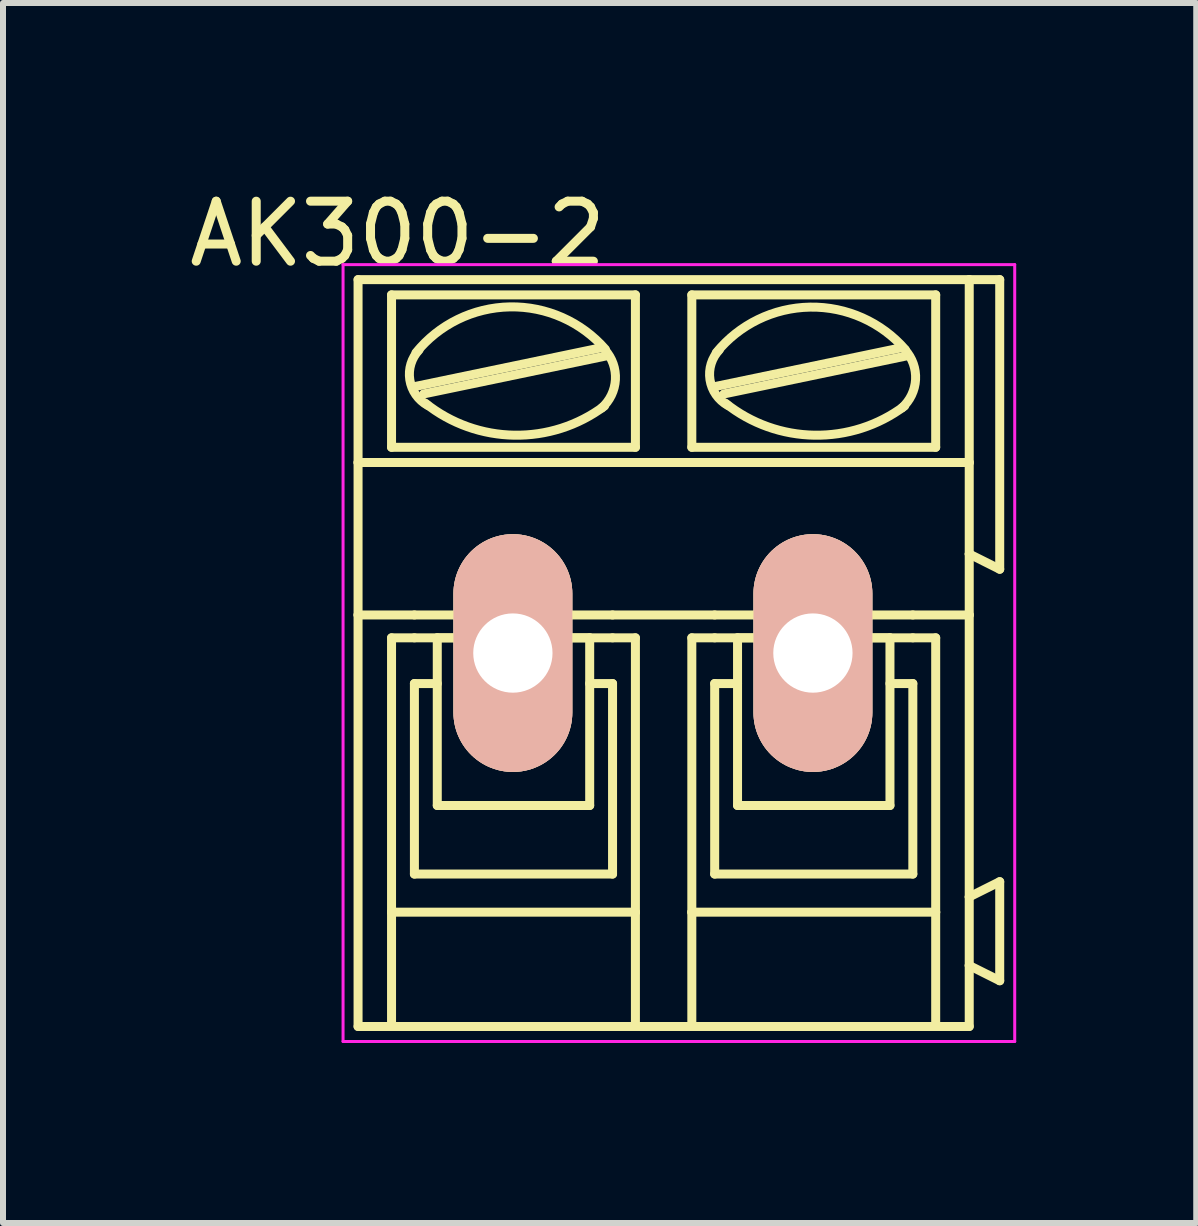
<source format=kicad_pcb>
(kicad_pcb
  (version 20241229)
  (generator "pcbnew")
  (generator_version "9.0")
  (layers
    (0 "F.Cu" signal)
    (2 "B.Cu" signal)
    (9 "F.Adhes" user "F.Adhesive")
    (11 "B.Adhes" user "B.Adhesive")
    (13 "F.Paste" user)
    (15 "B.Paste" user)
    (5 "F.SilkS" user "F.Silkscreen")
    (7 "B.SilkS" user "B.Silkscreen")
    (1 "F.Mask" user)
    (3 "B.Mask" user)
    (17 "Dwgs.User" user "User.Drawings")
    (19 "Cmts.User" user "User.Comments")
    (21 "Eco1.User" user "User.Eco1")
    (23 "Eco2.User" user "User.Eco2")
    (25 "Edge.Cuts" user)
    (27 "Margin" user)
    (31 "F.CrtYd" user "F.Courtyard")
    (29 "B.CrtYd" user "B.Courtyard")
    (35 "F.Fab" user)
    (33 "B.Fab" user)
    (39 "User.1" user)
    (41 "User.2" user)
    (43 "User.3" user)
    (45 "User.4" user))
  (footprint "AK300-2"
    (layer "F.Cu")
    (at 5.497 7.833)
    (property "Reference" "AK300-2" (at -1.92 -6.985 0) (layer "F.SilkS") (effects (font (size 1 1) (thickness 0.15))))
    (attr exclude_from_pos_files exclude_from_bom)
    (fp_line (start -2.58 -3.175) (end -2.58 -6.223) (stroke (width 0.15) (type solid)) (layer "F.SilkS"))
    (fp_line (start -2.58 -3.175) (end 7.605 -3.175) (stroke (width 0.15) (type solid)) (layer "F.SilkS"))
    (fp_line (start -2.58 -0.635) (end -2.58 -3.175) (stroke (width 0.15) (type solid)) (layer "F.SilkS"))
    (fp_line (start -2.58 -0.635) (end -1.641 -0.635) (stroke (width 0.15) (type solid)) (layer "F.SilkS"))
    (fp_line (start -2.58 6.223) (end -2.58 -0.635) (stroke (width 0.15) (type solid)) (layer "F.SilkS"))
    (fp_line (start -2.58 6.223) (end -2.022 6.223) (stroke (width 0.15) (type solid)) (layer "F.SilkS"))
    (fp_line (start -2.022 -3.429) (end -2.022 -5.969) (stroke (width 0.15) (type solid)) (layer "F.SilkS"))
    (fp_line (start -2.022 -0.254) (end -2.022 4.318) (stroke (width 0.15) (type solid)) (layer "F.SilkS"))
    (fp_line (start -2.022 -0.254) (end -1.641 -0.254) (stroke (width 0.15) (type solid)) (layer "F.SilkS"))
    (fp_line (start -2.022 4.318) (end -2.022 6.223) (stroke (width 0.15) (type solid)) (layer "F.SilkS"))
    (fp_line (start -2.022 6.223) (end 2.042 6.223) (stroke (width 0.15) (type solid)) (layer "F.SilkS"))
    (fp_line (start -1.641 -0.635) (end 1.661 -0.635) (stroke (width 0.15) (type solid)) (layer "F.SilkS"))
    (fp_line (start -1.641 0.508) (end -1.26 0.508) (stroke (width 0.15) (type solid)) (layer "F.SilkS"))
    (fp_line (start -1.641 3.683) (end -1.641 0.508) (stroke (width 0.15) (type solid)) (layer "F.SilkS"))
    (fp_line (start -1.615 -4.445) (end 1.435 -5.08) (stroke (width 0.15) (type solid)) (layer "F.SilkS"))
    (fp_line (start -1.488 -4.318) (end 1.56 -4.953) (stroke (width 0.15) (type solid)) (layer "F.SilkS"))
    (fp_line (start -1.26 -0.254) (end 1.28 -0.254) (stroke (width 0.15) (type solid)) (layer "F.SilkS"))
    (fp_line (start -1.26 2.54) (end -1.26 -0.254) (stroke (width 0.15) (type solid)) (layer "F.SilkS"))
    (fp_line (start -1.26 2.54) (end 1.28 2.54) (stroke (width 0.15) (type solid)) (layer "F.SilkS"))
    (fp_line (start 1.28 2.54) (end 1.28 -0.254) (stroke (width 0.15) (type solid)) (layer "F.SilkS"))
    (fp_line (start 1.661 -0.635) (end 3.363 -0.635) (stroke (width 0.15) (type solid)) (layer "F.SilkS"))
    (fp_line (start 1.661 -0.254) (end -1.641 -0.254) (stroke (width 0.15) (type solid)) (layer "F.SilkS"))
    (fp_line (start 1.661 0.508) (end 1.28 0.508) (stroke (width 0.15) (type solid)) (layer "F.SilkS"))
    (fp_line (start 1.661 3.683) (end -1.641 3.683) (stroke (width 0.15) (type solid)) (layer "F.SilkS"))
    (fp_line (start 1.661 3.683) (end 1.661 0.508) (stroke (width 0.15) (type solid)) (layer "F.SilkS"))
    (fp_line (start 2.042 -5.969) (end -2.022 -5.969) (stroke (width 0.15) (type solid)) (layer "F.SilkS"))
    (fp_line (start 2.042 -3.429) (end -2.022 -3.429) (stroke (width 0.15) (type solid)) (layer "F.SilkS"))
    (fp_line (start 2.042 -3.429) (end 2.042 -5.969) (stroke (width 0.15) (type solid)) (layer "F.SilkS"))
    (fp_line (start 2.042 -0.254) (end 1.661 -0.254) (stroke (width 0.15) (type solid)) (layer "F.SilkS"))
    (fp_line (start 2.042 4.318) (end -2.022 4.318) (stroke (width 0.15) (type solid)) (layer "F.SilkS"))
    (fp_line (start 2.042 4.318) (end 2.042 -0.254) (stroke (width 0.15) (type solid)) (layer "F.SilkS"))
    (fp_line (start 2.042 6.223) (end 2.042 4.318) (stroke (width 0.15) (type solid)) (layer "F.SilkS"))
    (fp_line (start 2.042 6.223) (end 2.982 6.223) (stroke (width 0.15) (type solid)) (layer "F.SilkS"))
    (fp_line (start 2.982 -5.969) (end 7.046 -5.969) (stroke (width 0.15) (type solid)) (layer "F.SilkS"))
    (fp_line (start 2.982 -3.429) (end 2.982 -5.969) (stroke (width 0.15) (type solid)) (layer "F.SilkS"))
    (fp_line (start 2.982 -0.254) (end 3.363 -0.254) (stroke (width 0.15) (type solid)) (layer "F.SilkS"))
    (fp_line (start 2.982 4.318) (end 2.982 -0.254) (stroke (width 0.15) (type solid)) (layer "F.SilkS"))
    (fp_line (start 2.982 4.318) (end 7.046 4.318) (stroke (width 0.15) (type solid)) (layer "F.SilkS"))
    (fp_line (start 2.982 6.223) (end 2.982 4.318) (stroke (width 0.15) (type solid)) (layer "F.SilkS"))
    (fp_line (start 2.982 6.223) (end 7.046 6.223) (stroke (width 0.15) (type solid)) (layer "F.SilkS"))
    (fp_line (start 3.363 -0.254) (end 6.665 -0.254) (stroke (width 0.15) (type solid)) (layer "F.SilkS"))
    (fp_line (start 3.363 0.508) (end 3.744 0.508) (stroke (width 0.15) (type solid)) (layer "F.SilkS"))
    (fp_line (start 3.363 3.683) (end 3.363 0.508) (stroke (width 0.15) (type solid)) (layer "F.SilkS"))
    (fp_line (start 3.389 -4.445) (end 6.437 -5.08) (stroke (width 0.15) (type solid)) (layer "F.SilkS"))
    (fp_line (start 3.516 -4.318) (end 6.564 -4.953) (stroke (width 0.15) (type solid)) (layer "F.SilkS"))
    (fp_line (start 3.744 -0.254) (end 6.284 -0.254) (stroke (width 0.15) (type solid)) (layer "F.SilkS"))
    (fp_line (start 3.744 2.54) (end 3.744 -0.254) (stroke (width 0.15) (type solid)) (layer "F.SilkS"))
    (fp_line (start 3.744 2.54) (end 6.284 2.54) (stroke (width 0.15) (type solid)) (layer "F.SilkS"))
    (fp_line (start 6.284 2.54) (end 6.284 -0.254) (stroke (width 0.15) (type solid)) (layer "F.SilkS"))
    (fp_line (start 6.665 -0.635) (end 3.363 -0.635) (stroke (width 0.15) (type solid)) (layer "F.SilkS"))
    (fp_line (start 6.665 0.508) (end 6.284 0.508) (stroke (width 0.15) (type solid)) (layer "F.SilkS"))
    (fp_line (start 6.665 3.683) (end 3.363 3.683) (stroke (width 0.15) (type solid)) (layer "F.SilkS"))
    (fp_line (start 6.665 3.683) (end 6.665 0.508) (stroke (width 0.15) (type solid)) (layer "F.SilkS"))
    (fp_line (start 7.046 -5.969) (end 7.046 -3.429) (stroke (width 0.15) (type solid)) (layer "F.SilkS"))
    (fp_line (start 7.046 -3.429) (end 2.982 -3.429) (stroke (width 0.15) (type solid)) (layer "F.SilkS"))
    (fp_line (start 7.046 -0.254) (end 6.665 -0.254) (stroke (width 0.15) (type solid)) (layer "F.SilkS"))
    (fp_line (start 7.046 -0.254) (end 7.046 4.318) (stroke (width 0.15) (type solid)) (layer "F.SilkS"))
    (fp_line (start 7.046 4.318) (end 7.046 6.223) (stroke (width 0.15) (type solid)) (layer "F.SilkS"))
    (fp_line (start 7.046 6.223) (end 7.605 6.223) (stroke (width 0.15) (type solid)) (layer "F.SilkS"))
    (fp_line (start 7.605 -6.223) (end -2.58 -6.223) (stroke (width 0.15) (type solid)) (layer "F.SilkS"))
    (fp_line (start 7.605 -6.223) (end 7.605 -3.175) (stroke (width 0.15) (type solid)) (layer "F.SilkS"))
    (fp_line (start 7.605 -6.223) (end 8.113 -6.223) (stroke (width 0.15) (type solid)) (layer "F.SilkS"))
    (fp_line (start 7.605 -3.175) (end 7.605 -1.651) (stroke (width 0.15) (type solid)) (layer "F.SilkS"))
    (fp_line (start 7.605 -1.651) (end 7.605 -0.635) (stroke (width 0.15) (type solid)) (layer "F.SilkS"))
    (fp_line (start 7.605 -0.635) (end 6.665 -0.635) (stroke (width 0.15) (type solid)) (layer "F.SilkS"))
    (fp_line (start 7.605 -0.635) (end 7.605 4.064) (stroke (width 0.15) (type solid)) (layer "F.SilkS"))
    (fp_line (start 7.605 4.064) (end 7.605 5.207) (stroke (width 0.15) (type solid)) (layer "F.SilkS"))
    (fp_line (start 7.605 5.207) (end 7.605 6.223) (stroke (width 0.15) (type solid)) (layer "F.SilkS"))
    (fp_line (start 8.113 -6.223) (end 8.113 -1.397) (stroke (width 0.15) (type solid)) (layer "F.SilkS"))
    (fp_line (start 8.113 -1.397) (end 7.605 -1.651) (stroke (width 0.15) (type solid)) (layer "F.SilkS"))
    (fp_line (start 8.113 3.81) (end 7.605 4.064) (stroke (width 0.15) (type solid)) (layer "F.SilkS"))
    (fp_line (start 8.113 3.81) (end 8.113 5.461) (stroke (width 0.15) (type solid)) (layer "F.SilkS"))
    (fp_line (start 8.113 5.461) (end 7.605 5.207) (stroke (width 0.15) (type solid)) (layer "F.SilkS"))
    (fp_arc (start -1.6152 -5.0038) (mid -0.050347 -5.768837) (end 1.541573 -5.061847) (stroke (width 0.15) (type solid)) (layer "F.SilkS"))
    (fp_arc (start -1.41962 -4.1275) (mid -1.717784 -4.553845) (end -1.56452 -5.051019) (stroke (width 0.15) (type solid)) (layer "F.SilkS"))
    (fp_arc (start 1.52678 -4.11734) (mid 0.024731 -3.630479) (end -1.460988 -4.165104) (stroke (width 0.15) (type solid)) (layer "F.SilkS"))
    (fp_arc (start 1.5344 -5.05206) (mid 1.708736 -4.555962) (end 1.47915 -4.08289) (stroke (width 0.15) (type solid)) (layer "F.SilkS"))
    (fp_arc (start 3.3886 -5.0038) (mid 4.951638 -5.764946) (end 6.539411 -5.056844) (stroke (width 0.15) (type solid)) (layer "F.SilkS"))
    (fp_arc (start 3.58164 -4.1275) (mid 3.284456 -4.555849) (end 3.439903 -5.053481) (stroke (width 0.15) (type solid)) (layer "F.SilkS"))
    (fp_arc (start 6.52804 -4.11734) (mid 5.025991 -3.630479) (end 3.540272 -4.165104) (stroke (width 0.15) (type solid)) (layer "F.SilkS"))
    (fp_arc (start 6.53566 -5.05206) (mid 6.710748 -4.557765) (end 6.482972 -4.085429) (stroke (width 0.15) (type solid)) (layer "F.SilkS"))
    (fp_line (start -2.83 -6.473) (end -2.83 6.473) (stroke (width 0.05) (type solid)) (layer "F.CrtYd"))
    (fp_line (start -2.83 6.473) (end 8.363 6.473) (stroke (width 0.05) (type solid)) (layer "F.CrtYd"))
    (fp_line (start 8.363 -6.473) (end -2.83 -6.473) (stroke (width 0.05) (type solid)) (layer "F.CrtYd"))
    (fp_line (start 8.363 6.473) (end 8.363 -6.473) (stroke (width 0.05) (type solid)) (layer "F.CrtYd"))
    (pad "1" thru_hole oval (at 0 0) (size 1.981 3.962) (drill 1.321) (layers "*.Cu" "*.SilkS" "*.Mask" "F.Paste"))
    (pad "2" thru_hole oval (at 5 0) (size 1.981 3.962) (drill 1.321) (layers "*.Cu" "*.SilkS" "*.Mask" "F.Paste")))
  (gr_rect
    (start -3 -3)
    (end 16.885 17.331)
    (stroke (width 0.1) (type default))
    (fill no)
    (layer "Edge.Cuts")))
</source>
